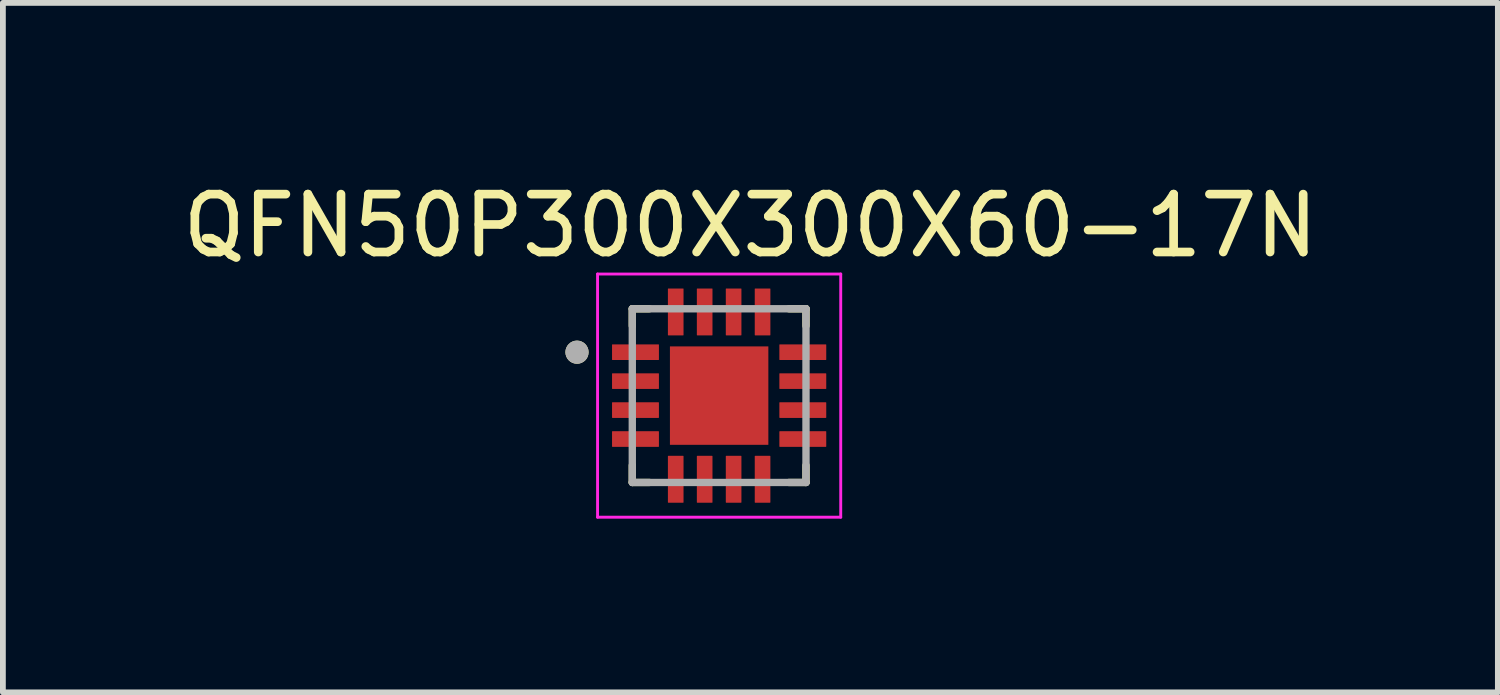
<source format=kicad_pcb>
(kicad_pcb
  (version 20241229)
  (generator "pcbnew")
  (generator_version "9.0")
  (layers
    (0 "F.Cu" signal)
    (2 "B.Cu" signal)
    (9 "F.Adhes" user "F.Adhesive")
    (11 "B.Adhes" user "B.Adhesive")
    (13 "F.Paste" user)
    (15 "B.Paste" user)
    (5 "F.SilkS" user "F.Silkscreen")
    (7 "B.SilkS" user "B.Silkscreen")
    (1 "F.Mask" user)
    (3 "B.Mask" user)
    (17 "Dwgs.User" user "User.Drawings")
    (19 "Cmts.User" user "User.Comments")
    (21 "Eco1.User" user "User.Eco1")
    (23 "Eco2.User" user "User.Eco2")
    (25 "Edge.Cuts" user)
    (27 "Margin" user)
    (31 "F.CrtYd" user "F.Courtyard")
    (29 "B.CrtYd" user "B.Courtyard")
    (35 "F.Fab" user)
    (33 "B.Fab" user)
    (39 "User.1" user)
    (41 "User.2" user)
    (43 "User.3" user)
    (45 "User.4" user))
  (footprint "QFN50P300X300X60-17N"
    (layer "F.Cu")
    (at 9.371 3.783)
    (property "Reference" "QFN50P300X300X60-17N" (at 0.54 -2.935 0) (layer "F.SilkS") (effects (font (size 1 1) (thickness 0.15))))
    (attr through_hole)
    (fp_line (start -1.5 -1.5) (end -1.5 -1.205) (stroke (width 0.127) (type solid)) (layer "F.SilkS"))
    (fp_line (start -1.5 -1.5) (end -1.205 -1.5) (stroke (width 0.127) (type solid)) (layer "F.SilkS"))
    (fp_line (start -1.5 1.5) (end -1.5 1.205) (stroke (width 0.127) (type solid)) (layer "F.SilkS"))
    (fp_line (start -1.5 1.5) (end -1.205 1.5) (stroke (width 0.127) (type solid)) (layer "F.SilkS"))
    (fp_line (start 1.5 -1.5) (end 1.205 -1.5) (stroke (width 0.127) (type solid)) (layer "F.SilkS"))
    (fp_line (start 1.5 -1.5) (end 1.5 -1.205) (stroke (width 0.127) (type solid)) (layer "F.SilkS"))
    (fp_line (start 1.5 1.5) (end 1.205 1.5) (stroke (width 0.127) (type solid)) (layer "F.SilkS"))
    (fp_line (start 1.5 1.5) (end 1.5 1.205) (stroke (width 0.127) (type solid)) (layer "F.SilkS"))
    (fp_circle (center -2.455 -0.75) (end -2.355 -0.75) (stroke (width 0.2) (type solid)) (fill no) (layer "F.SilkS"))
    (fp_poly (pts (xy -0.54 -0.54) (xy 0.54 -0.54) (xy 0.54 0.54) (xy -0.54 0.54)) (stroke (width 0.01) (type solid)) (fill yes) (layer "F.Paste"))
    (fp_line (start -2.1 -2.1) (end 2.1 -2.1) (stroke (width 0.05) (type solid)) (layer "F.CrtYd"))
    (fp_line (start -2.1 2.1) (end -2.1 -2.1) (stroke (width 0.05) (type solid)) (layer "F.CrtYd"))
    (fp_line (start -2.1 2.1) (end 2.1 2.1) (stroke (width 0.05) (type solid)) (layer "F.CrtYd"))
    (fp_line (start 2.1 2.1) (end 2.1 -2.1) (stroke (width 0.05) (type solid)) (layer "F.CrtYd"))
    (fp_line (start -1.5 1.5) (end -1.5 -1.5) (stroke (width 0.127) (type solid)) (layer "F.Fab"))
    (fp_line (start 1.5 -1.5) (end -1.5 -1.5) (stroke (width 0.127) (type solid)) (layer "F.Fab"))
    (fp_line (start 1.5 1.5) (end -1.5 1.5) (stroke (width 0.127) (type solid)) (layer "F.Fab"))
    (fp_line (start 1.5 1.5) (end 1.5 -1.5) (stroke (width 0.127) (type solid)) (layer "F.Fab"))
    (fp_circle (center -2.455 -0.75) (end -2.355 -0.75) (stroke (width 0.2) (type solid)) (fill no) (layer "F.Fab"))
    (pad "1" smd roundrect (at -1.445 -0.75) (size 0.81 0.27) (layers "F.Cu" "F.Mask" "F.Paste") (roundrect_rratio 0.03))
    (pad "2" smd roundrect (at -1.445 -0.25) (size 0.81 0.27) (layers "F.Cu" "F.Mask" "F.Paste") (roundrect_rratio 0.03))
    (pad "3" smd roundrect (at -1.445 0.25) (size 0.81 0.27) (layers "F.Cu" "F.Mask" "F.Paste") (roundrect_rratio 0.03))
    (pad "4" smd roundrect (at -1.445 0.75) (size 0.81 0.27) (layers "F.Cu" "F.Mask" "F.Paste") (roundrect_rratio 0.03))
    (pad "5" smd roundrect (at -0.75 1.445 90) (size 0.81 0.27) (layers "F.Cu" "F.Mask" "F.Paste") (roundrect_rratio 0.03))
    (pad "6" smd roundrect (at -0.25 1.445 90) (size 0.81 0.27) (layers "F.Cu" "F.Mask" "F.Paste") (roundrect_rratio 0.03))
    (pad "7" smd roundrect (at 0.25 1.445 90) (size 0.81 0.27) (layers "F.Cu" "F.Mask" "F.Paste") (roundrect_rratio 0.03))
    (pad "8" smd roundrect (at 0.75 1.445 90) (size 0.81 0.27) (layers "F.Cu" "F.Mask" "F.Paste") (roundrect_rratio 0.03))
    (pad "9" smd roundrect (at 1.445 0.75) (size 0.81 0.27) (layers "F.Cu" "F.Mask" "F.Paste") (roundrect_rratio 0.03))
    (pad "10" smd roundrect (at 1.445 0.25) (size 0.81 0.27) (layers "F.Cu" "F.Mask" "F.Paste") (roundrect_rratio 0.03))
    (pad "11" smd roundrect (at 1.445 -0.25) (size 0.81 0.27) (layers "F.Cu" "F.Mask" "F.Paste") (roundrect_rratio 0.03))
    (pad "12" smd roundrect (at 1.445 -0.75) (size 0.81 0.27) (layers "F.Cu" "F.Mask" "F.Paste") (roundrect_rratio 0.03))
    (pad "13" smd roundrect (at 0.75 -1.445 90) (size 0.81 0.27) (layers "F.Cu" "F.Mask" "F.Paste") (roundrect_rratio 0.03))
    (pad "14" smd roundrect (at 0.25 -1.445 90) (size 0.81 0.27) (layers "F.Cu" "F.Mask" "F.Paste") (roundrect_rratio 0.03))
    (pad "15" smd roundrect (at -0.25 -1.445 90) (size 0.81 0.27) (layers "F.Cu" "F.Mask" "F.Paste") (roundrect_rratio 0.03))
    (pad "16" smd roundrect (at -0.75 -1.445 90) (size 0.81 0.27) (layers "F.Cu" "F.Mask" "F.Paste") (roundrect_rratio 0.03))
    (pad "17" smd rect (at 0 0) (size 1.7 1.7) (layers "F.Cu" "F.Mask")))
  (gr_rect
    (start -3 -3)
    (end 22.821 8.908)
    (stroke (width 0.1) (type default))
    (fill no)
    (layer "Edge.Cuts")))
</source>
